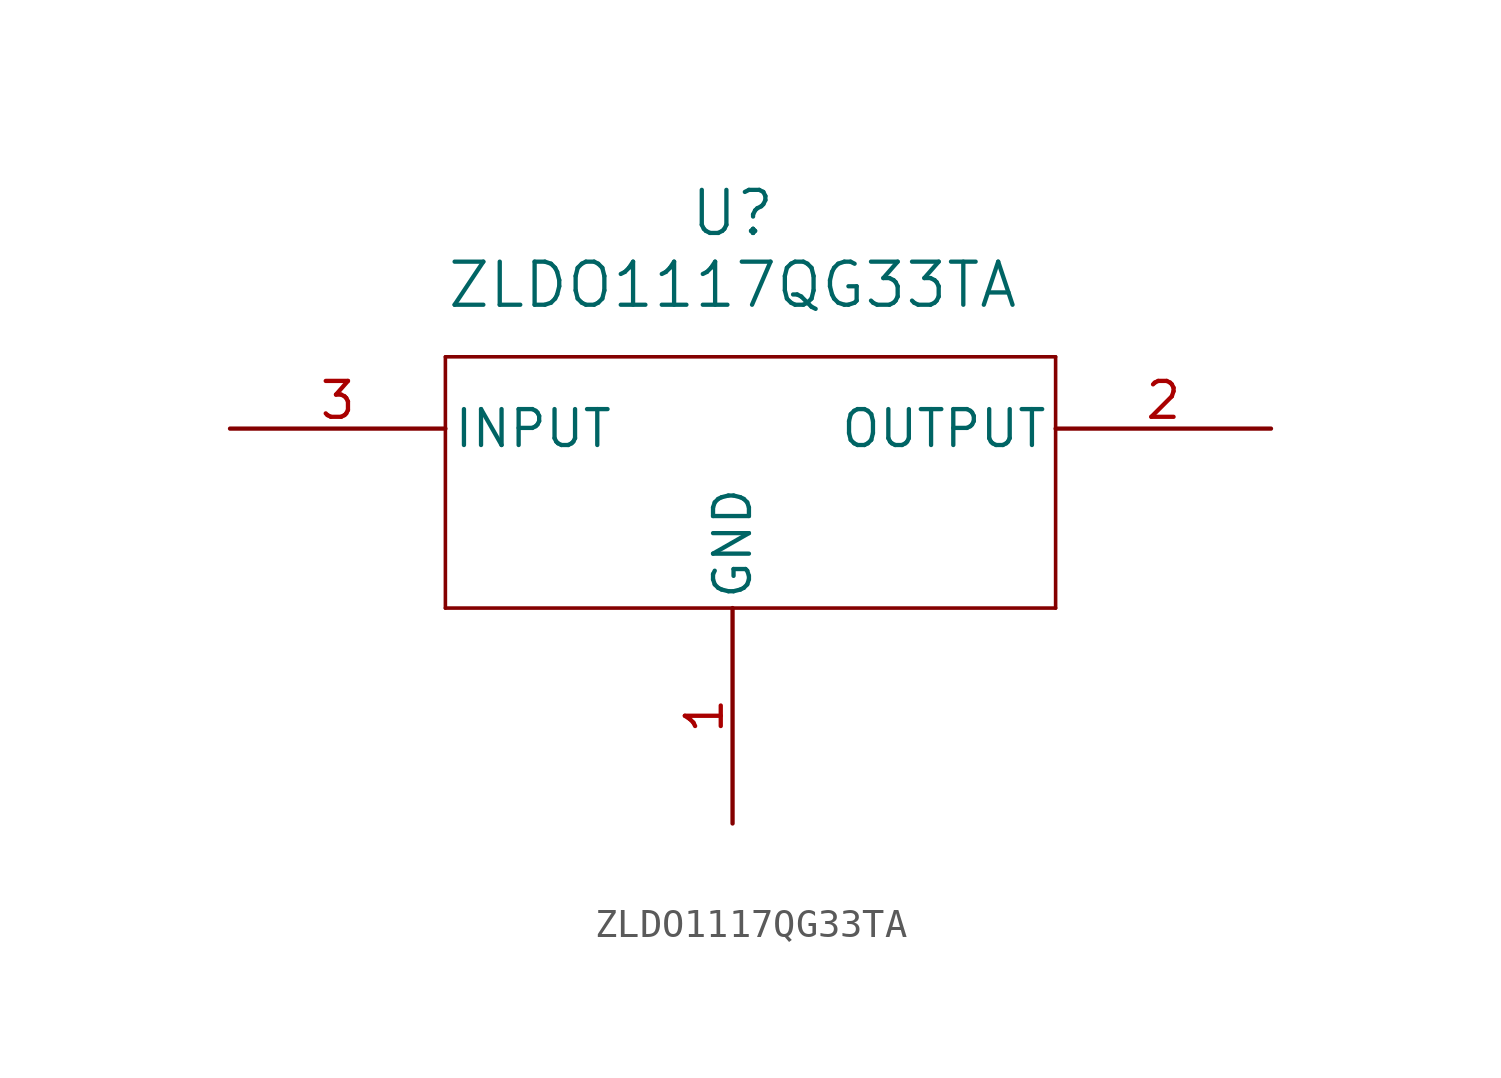
<source format=kicad_sym>
(kicad_symbol_lib
  (version 20241209)
  (generator "kicad_symbol_editor")
  (generator_version "9.0")
  (symbol "ZLDO1117QG33TA"
    (pin_names
      (offset 0.254))
    (property "Reference" "U"
      (at 0 7.62 0)
      (effects (font (size 1.524 1.524))))
    (property "Value" "ZLDO1117QG33TA"
      (at 0 5.08 0)
      (effects (font (size 1.524 1.524))))
    (symbol "ZLDO1117QG33TA_0_1"
      (polyline (pts (xy -10.16 2.54) (xy -10.16 -6.35)) (stroke (width 0.127) (type default)) (fill (type none)))
      (polyline (pts (xy -10.16 -6.35) (xy 11.43 -6.35)) (stroke (width 0.127) (type default)) (fill (type none)))
      (polyline (pts (xy 11.43 2.54) (xy -10.16 2.54)) (stroke (width 0.127) (type default)) (fill (type none)))
      (polyline (pts (xy 11.43 -6.35) (xy 11.43 2.54)) (stroke (width 0.127) (type default)) (fill (type none)))
      (pin input line (at -17.78 0 0) (length 7.62) (name "INPUT" (effects (font (size 1.27 1.27)))) (number "3" (effects (font (size 1.27 1.27)))))
      (pin output line (at 19.05 0 180) (length 7.62) (name "OUTPUT" (effects (font (size 1.27 1.27)))) (number "2" (effects (font (size 1.27 1.27))))))
    (symbol "ZLDO1117QG33TA_1_1"
      (pin bidirectional line (at 0 -13.97 90) (length 7.62) (name "GND" (effects (font (size 1.27 1.27)))) (number "1" (effects (font (size 1.27 1.27))))))))
</source>
